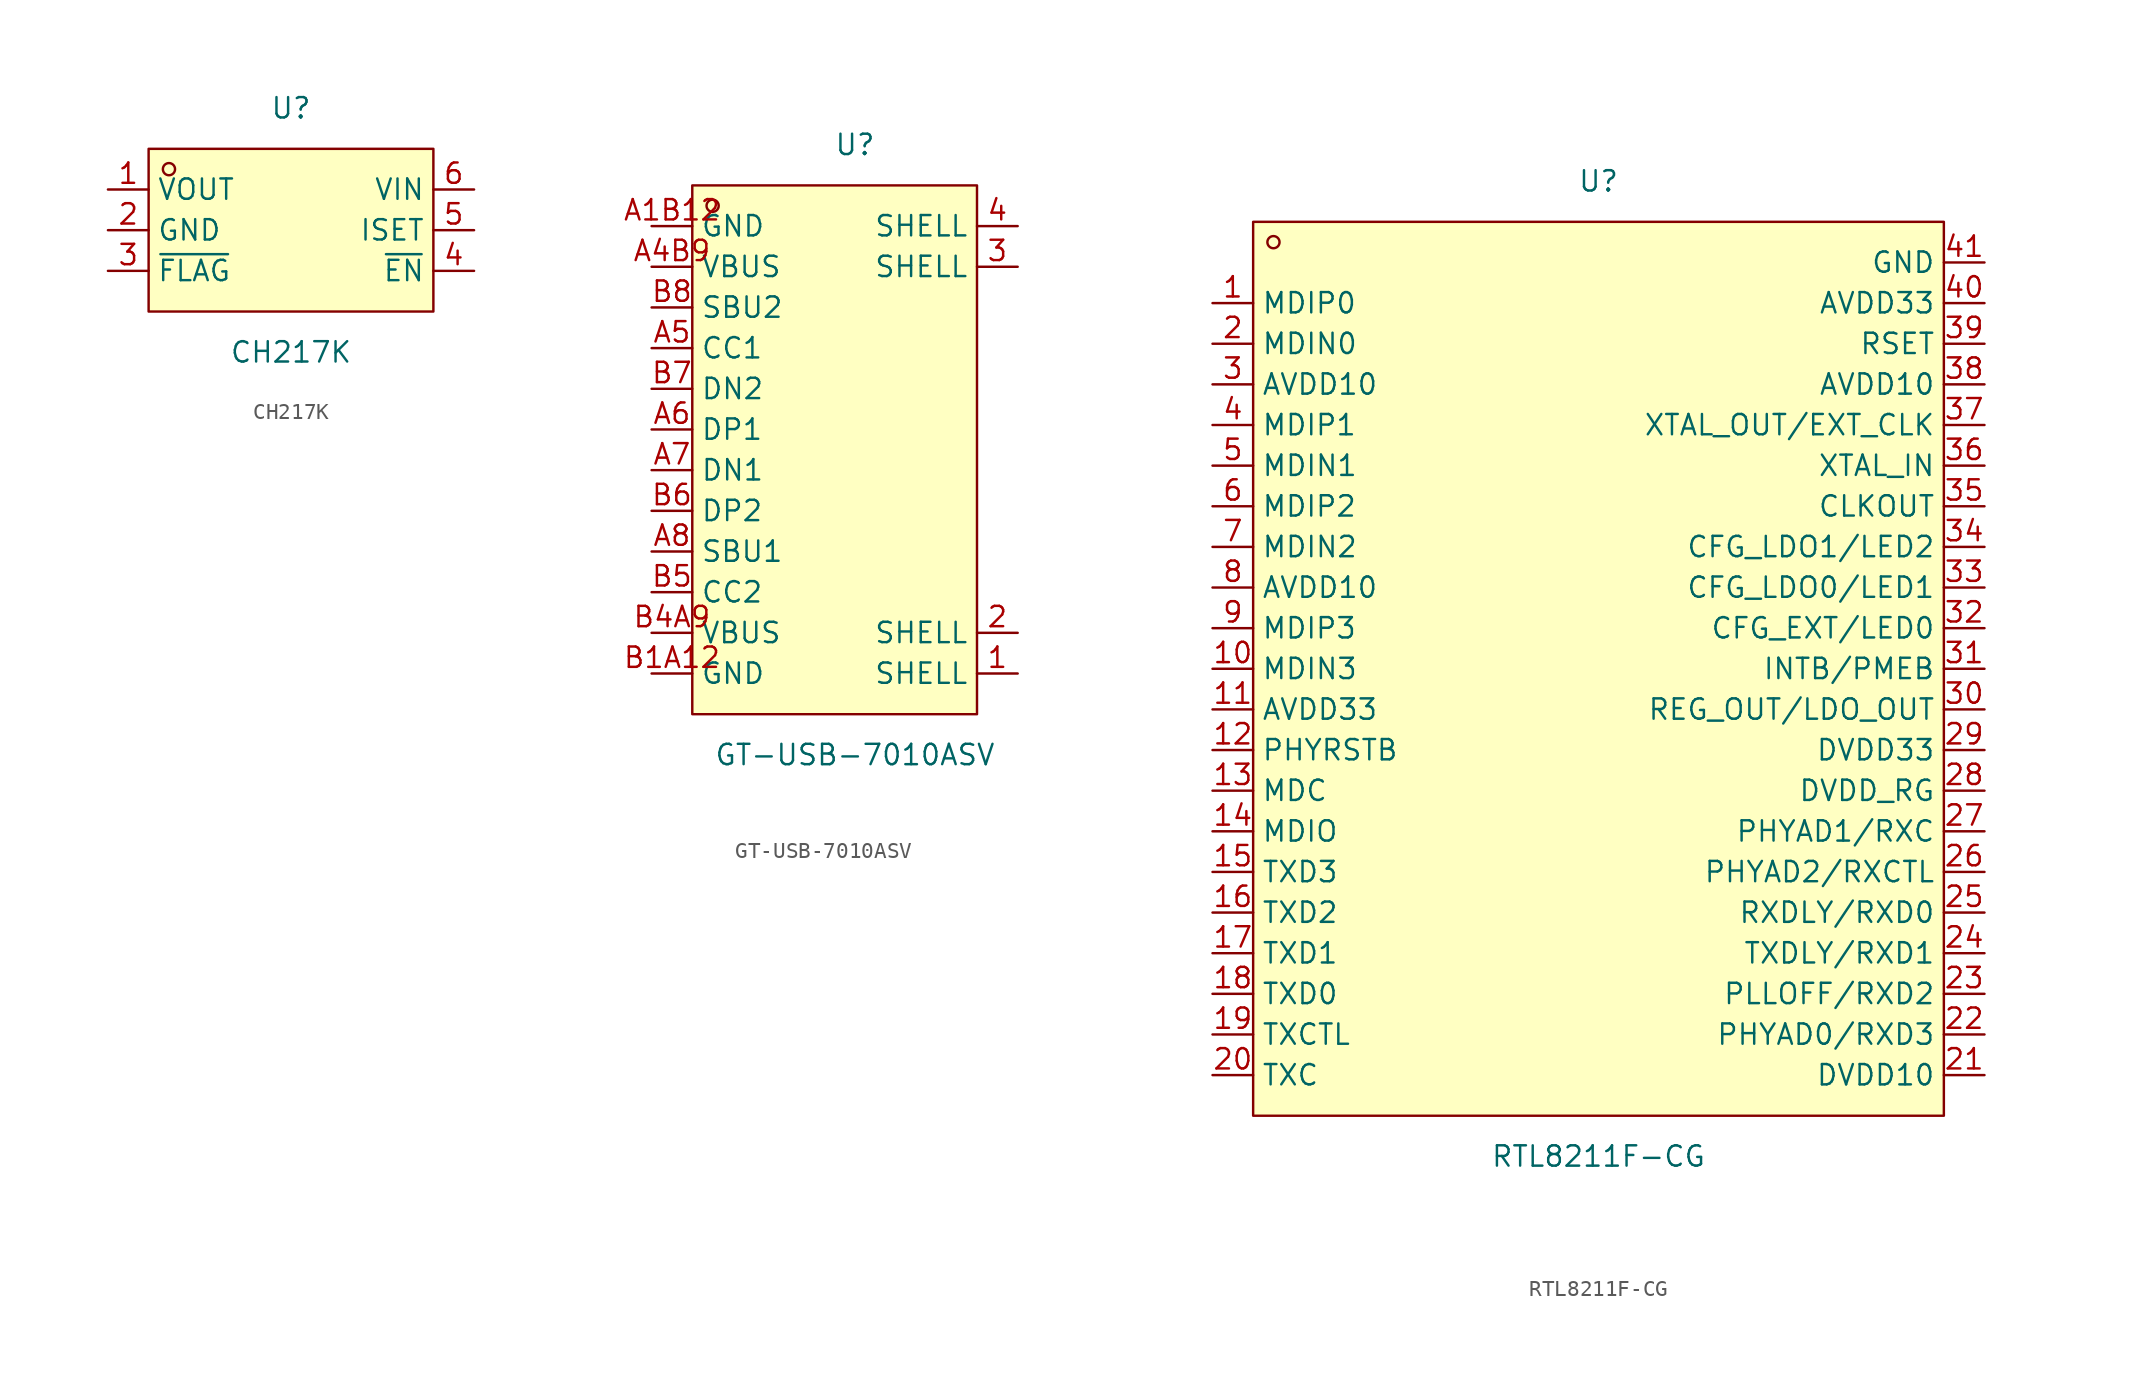
<source format=kicad_sym>
(kicad_symbol_lib
  (version 20241209)
  (generator "kicad_symbol_editor")
  (generator_version "9.0")
  (symbol "CH217K"
    (property "Reference" "U"
      (at 0 7.62 0)
      (effects (font (size 1.27 1.27))))
    (property "Value" "CH217K"
      (at 0 -7.62 0)
      (effects (font (size 1.27 1.27))))
    (symbol "CH217K_0_1"
      (rectangle (start -8.89 5.08) (end 8.89 -5.08) (stroke (width 0) (type default)) (fill (type background)))
      (circle (center -7.62 3.81) (radius 0.38) (stroke (width 0) (type default)) (fill (type none)))
      (pin unspecified line (at -11.43 2.54 0) (length 2.54) (name "VOUT" (effects (font (size 1.27 1.27)))) (number "1" (effects (font (size 1.27 1.27)))))
      (pin unspecified line (at -11.43 0 0) (length 2.54) (name "GND" (effects (font (size 1.27 1.27)))) (number "2" (effects (font (size 1.27 1.27)))))
      (pin unspecified line (at -11.43 -2.54 0) (length 2.54) (name "~{FLAG}" (effects (font (size 1.27 1.27)))) (number "3" (effects (font (size 1.27 1.27)))))
      (pin unspecified line (at 11.43 2.54 180) (length 2.54) (name "VIN" (effects (font (size 1.27 1.27)))) (number "6" (effects (font (size 1.27 1.27)))))
      (pin unspecified line (at 11.43 0 180) (length 2.54) (name "ISET" (effects (font (size 1.27 1.27)))) (number "5" (effects (font (size 1.27 1.27)))))
      (pin unspecified line (at 11.43 -2.54 180) (length 2.54) (name "~{EN}" (effects (font (size 1.27 1.27)))) (number "4" (effects (font (size 1.27 1.27)))))))
  (symbol "GT-USB-7010ASV"
    (property "Reference" "U"
      (at 0 20.32 0)
      (effects (font (size 1.27 1.27))))
    (property "Value" "GT-USB-7010ASV"
      (at 0 -17.78 0)
      (effects (font (size 1.27 1.27))))
    (symbol "GT-USB-7010ASV_0_1"
      (rectangle (start -10.16 17.78) (end 7.62 -15.24) (stroke (width 0) (type default)) (fill (type background)))
      (circle (center -8.89 16.51) (radius 0.38) (stroke (width 0) (type default)) (fill (type none)))
      (pin unspecified line (at -12.7 15.24 0) (length 2.54) (name "GND" (effects (font (size 1.27 1.27)))) (number "A1B12" (effects (font (size 1.27 1.27)))))
      (pin unspecified line (at -12.7 12.7 0) (length 2.54) (name "VBUS" (effects (font (size 1.27 1.27)))) (number "A4B9" (effects (font (size 1.27 1.27)))))
      (pin unspecified line (at -12.7 10.16 0) (length 2.54) (name "SBU2" (effects (font (size 1.27 1.27)))) (number "B8" (effects (font (size 1.27 1.27)))))
      (pin unspecified line (at -12.7 7.62 0) (length 2.54) (name "CC1" (effects (font (size 1.27 1.27)))) (number "A5" (effects (font (size 1.27 1.27)))))
      (pin unspecified line (at -12.7 5.08 0) (length 2.54) (name "DN2" (effects (font (size 1.27 1.27)))) (number "B7" (effects (font (size 1.27 1.27)))))
      (pin unspecified line (at -12.7 2.54 0) (length 2.54) (name "DP1" (effects (font (size 1.27 1.27)))) (number "A6" (effects (font (size 1.27 1.27)))))
      (pin unspecified line (at -12.7 0 0) (length 2.54) (name "DN1" (effects (font (size 1.27 1.27)))) (number "A7" (effects (font (size 1.27 1.27)))))
      (pin unspecified line (at -12.7 -2.54 0) (length 2.54) (name "DP2" (effects (font (size 1.27 1.27)))) (number "B6" (effects (font (size 1.27 1.27)))))
      (pin unspecified line (at -12.7 -5.08 0) (length 2.54) (name "SBU1" (effects (font (size 1.27 1.27)))) (number "A8" (effects (font (size 1.27 1.27)))))
      (pin unspecified line (at -12.7 -7.62 0) (length 2.54) (name "CC2" (effects (font (size 1.27 1.27)))) (number "B5" (effects (font (size 1.27 1.27)))))
      (pin unspecified line (at -12.7 -10.16 0) (length 2.54) (name "VBUS" (effects (font (size 1.27 1.27)))) (number "B4A9" (effects (font (size 1.27 1.27)))))
      (pin unspecified line (at -12.7 -12.7 0) (length 2.54) (name "GND" (effects (font (size 1.27 1.27)))) (number "B1A12" (effects (font (size 1.27 1.27)))))
      (pin unspecified line (at 10.16 15.24 180) (length 2.54) (name "SHELL" (effects (font (size 1.27 1.27)))) (number "4" (effects (font (size 1.27 1.27)))))
      (pin unspecified line (at 10.16 12.7 180) (length 2.54) (name "SHELL" (effects (font (size 1.27 1.27)))) (number "3" (effects (font (size 1.27 1.27)))))
      (pin unspecified line (at 10.16 -10.16 180) (length 2.54) (name "SHELL" (effects (font (size 1.27 1.27)))) (number "2" (effects (font (size 1.27 1.27)))))
      (pin unspecified line (at 10.16 -12.7 180) (length 2.54) (name "SHELL" (effects (font (size 1.27 1.27)))) (number "1" (effects (font (size 1.27 1.27)))))))
  (symbol "RTL8211F-CG"
    (property "Reference" "U"
      (at 0 30.48 0)
      (effects (font (size 1.27 1.27))))
    (property "Value" "RTL8211F-CG"
      (at 0 -30.48 0)
      (effects (font (size 1.27 1.27))))
    (symbol "RTL8211F-CG_0_1"
      (rectangle (start -21.59 27.94) (end 21.59 -27.94) (stroke (width 0) (type default)) (fill (type background)))
      (circle (center -20.32 26.67) (radius 0.38) (stroke (width 0) (type default)) (fill (type none)))
      (pin unspecified line (at -24.13 22.86 0) (length 2.54) (name "MDIP0" (effects (font (size 1.27 1.27)))) (number "1" (effects (font (size 1.27 1.27)))))
      (pin unspecified line (at -24.13 20.32 0) (length 2.54) (name "MDIN0" (effects (font (size 1.27 1.27)))) (number "2" (effects (font (size 1.27 1.27)))))
      (pin unspecified line (at -24.13 17.78 0) (length 2.54) (name "AVDD10" (effects (font (size 1.27 1.27)))) (number "3" (effects (font (size 1.27 1.27)))))
      (pin unspecified line (at -24.13 15.24 0) (length 2.54) (name "MDIP1" (effects (font (size 1.27 1.27)))) (number "4" (effects (font (size 1.27 1.27)))))
      (pin unspecified line (at -24.13 12.7 0) (length 2.54) (name "MDIN1" (effects (font (size 1.27 1.27)))) (number "5" (effects (font (size 1.27 1.27)))))
      (pin unspecified line (at -24.13 10.16 0) (length 2.54) (name "MDIP2" (effects (font (size 1.27 1.27)))) (number "6" (effects (font (size 1.27 1.27)))))
      (pin unspecified line (at -24.13 7.62 0) (length 2.54) (name "MDIN2" (effects (font (size 1.27 1.27)))) (number "7" (effects (font (size 1.27 1.27)))))
      (pin unspecified line (at -24.13 5.08 0) (length 2.54) (name "AVDD10" (effects (font (size 1.27 1.27)))) (number "8" (effects (font (size 1.27 1.27)))))
      (pin unspecified line (at -24.13 2.54 0) (length 2.54) (name "MDIP3" (effects (font (size 1.27 1.27)))) (number "9" (effects (font (size 1.27 1.27)))))
      (pin unspecified line (at -24.13 0 0) (length 2.54) (name "MDIN3" (effects (font (size 1.27 1.27)))) (number "10" (effects (font (size 1.27 1.27)))))
      (pin unspecified line (at -24.13 -2.54 0) (length 2.54) (name "AVDD33" (effects (font (size 1.27 1.27)))) (number "11" (effects (font (size 1.27 1.27)))))
      (pin unspecified line (at -24.13 -5.08 0) (length 2.54) (name "PHYRSTB" (effects (font (size 1.27 1.27)))) (number "12" (effects (font (size 1.27 1.27)))))
      (pin unspecified line (at -24.13 -7.62 0) (length 2.54) (name "MDC" (effects (font (size 1.27 1.27)))) (number "13" (effects (font (size 1.27 1.27)))))
      (pin unspecified line (at -24.13 -10.16 0) (length 2.54) (name "MDIO" (effects (font (size 1.27 1.27)))) (number "14" (effects (font (size 1.27 1.27)))))
      (pin unspecified line (at -24.13 -12.7 0) (length 2.54) (name "TXD3" (effects (font (size 1.27 1.27)))) (number "15" (effects (font (size 1.27 1.27)))))
      (pin unspecified line (at -24.13 -15.24 0) (length 2.54) (name "TXD2" (effects (font (size 1.27 1.27)))) (number "16" (effects (font (size 1.27 1.27)))))
      (pin unspecified line (at -24.13 -17.78 0) (length 2.54) (name "TXD1" (effects (font (size 1.27 1.27)))) (number "17" (effects (font (size 1.27 1.27)))))
      (pin unspecified line (at -24.13 -20.32 0) (length 2.54) (name "TXD0" (effects (font (size 1.27 1.27)))) (number "18" (effects (font (size 1.27 1.27)))))
      (pin unspecified line (at -24.13 -22.86 0) (length 2.54) (name "TXCTL" (effects (font (size 1.27 1.27)))) (number "19" (effects (font (size 1.27 1.27)))))
      (pin unspecified line (at -24.13 -25.4 0) (length 2.54) (name "TXC" (effects (font (size 1.27 1.27)))) (number "20" (effects (font (size 1.27 1.27)))))
      (pin unspecified line (at 24.13 25.4 180) (length 2.54) (name "GND" (effects (font (size 1.27 1.27)))) (number "41" (effects (font (size 1.27 1.27)))))
      (pin unspecified line (at 24.13 22.86 180) (length 2.54) (name "AVDD33" (effects (font (size 1.27 1.27)))) (number "40" (effects (font (size 1.27 1.27)))))
      (pin unspecified line (at 24.13 20.32 180) (length 2.54) (name "RSET" (effects (font (size 1.27 1.27)))) (number "39" (effects (font (size 1.27 1.27)))))
      (pin unspecified line (at 24.13 17.78 180) (length 2.54) (name "AVDD10" (effects (font (size 1.27 1.27)))) (number "38" (effects (font (size 1.27 1.27)))))
      (pin unspecified line (at 24.13 15.24 180) (length 2.54) (name "XTAL_OUT/EXT_CLK" (effects (font (size 1.27 1.27)))) (number "37" (effects (font (size 1.27 1.27)))))
      (pin unspecified line (at 24.13 12.7 180) (length 2.54) (name "XTAL_IN" (effects (font (size 1.27 1.27)))) (number "36" (effects (font (size 1.27 1.27)))))
      (pin unspecified line (at 24.13 10.16 180) (length 2.54) (name "CLKOUT" (effects (font (size 1.27 1.27)))) (number "35" (effects (font (size 1.27 1.27)))))
      (pin unspecified line (at 24.13 7.62 180) (length 2.54) (name "CFG_LDO1/LED2" (effects (font (size 1.27 1.27)))) (number "34" (effects (font (size 1.27 1.27)))))
      (pin unspecified line (at 24.13 5.08 180) (length 2.54) (name "CFG_LDO0/LED1" (effects (font (size 1.27 1.27)))) (number "33" (effects (font (size 1.27 1.27)))))
      (pin unspecified line (at 24.13 2.54 180) (length 2.54) (name "CFG_EXT/LED0" (effects (font (size 1.27 1.27)))) (number "32" (effects (font (size 1.27 1.27)))))
      (pin unspecified line (at 24.13 0 180) (length 2.54) (name "INTB/PMEB" (effects (font (size 1.27 1.27)))) (number "31" (effects (font (size 1.27 1.27)))))
      (pin unspecified line (at 24.13 -2.54 180) (length 2.54) (name "REG_OUT/LDO_OUT" (effects (font (size 1.27 1.27)))) (number "30" (effects (font (size 1.27 1.27)))))
      (pin unspecified line (at 24.13 -5.08 180) (length 2.54) (name "DVDD33" (effects (font (size 1.27 1.27)))) (number "29" (effects (font (size 1.27 1.27)))))
      (pin unspecified line (at 24.13 -7.62 180) (length 2.54) (name "DVDD_RG" (effects (font (size 1.27 1.27)))) (number "28" (effects (font (size 1.27 1.27)))))
      (pin unspecified line (at 24.13 -10.16 180) (length 2.54) (name "PHYAD1/RXC" (effects (font (size 1.27 1.27)))) (number "27" (effects (font (size 1.27 1.27)))))
      (pin unspecified line (at 24.13 -12.7 180) (length 2.54) (name "PHYAD2/RXCTL" (effects (font (size 1.27 1.27)))) (number "26" (effects (font (size 1.27 1.27)))))
      (pin unspecified line (at 24.13 -15.24 180) (length 2.54) (name "RXDLY/RXD0" (effects (font (size 1.27 1.27)))) (number "25" (effects (font (size 1.27 1.27)))))
      (pin unspecified line (at 24.13 -17.78 180) (length 2.54) (name "TXDLY/RXD1" (effects (font (size 1.27 1.27)))) (number "24" (effects (font (size 1.27 1.27)))))
      (pin unspecified line (at 24.13 -20.32 180) (length 2.54) (name "PLLOFF/RXD2" (effects (font (size 1.27 1.27)))) (number "23" (effects (font (size 1.27 1.27)))))
      (pin unspecified line (at 24.13 -22.86 180) (length 2.54) (name "PHYAD0/RXD3" (effects (font (size 1.27 1.27)))) (number "22" (effects (font (size 1.27 1.27)))))
      (pin unspecified line (at 24.13 -25.4 180) (length 2.54) (name "DVDD10" (effects (font (size 1.27 1.27)))) (number "21" (effects (font (size 1.27 1.27))))))))
</source>
